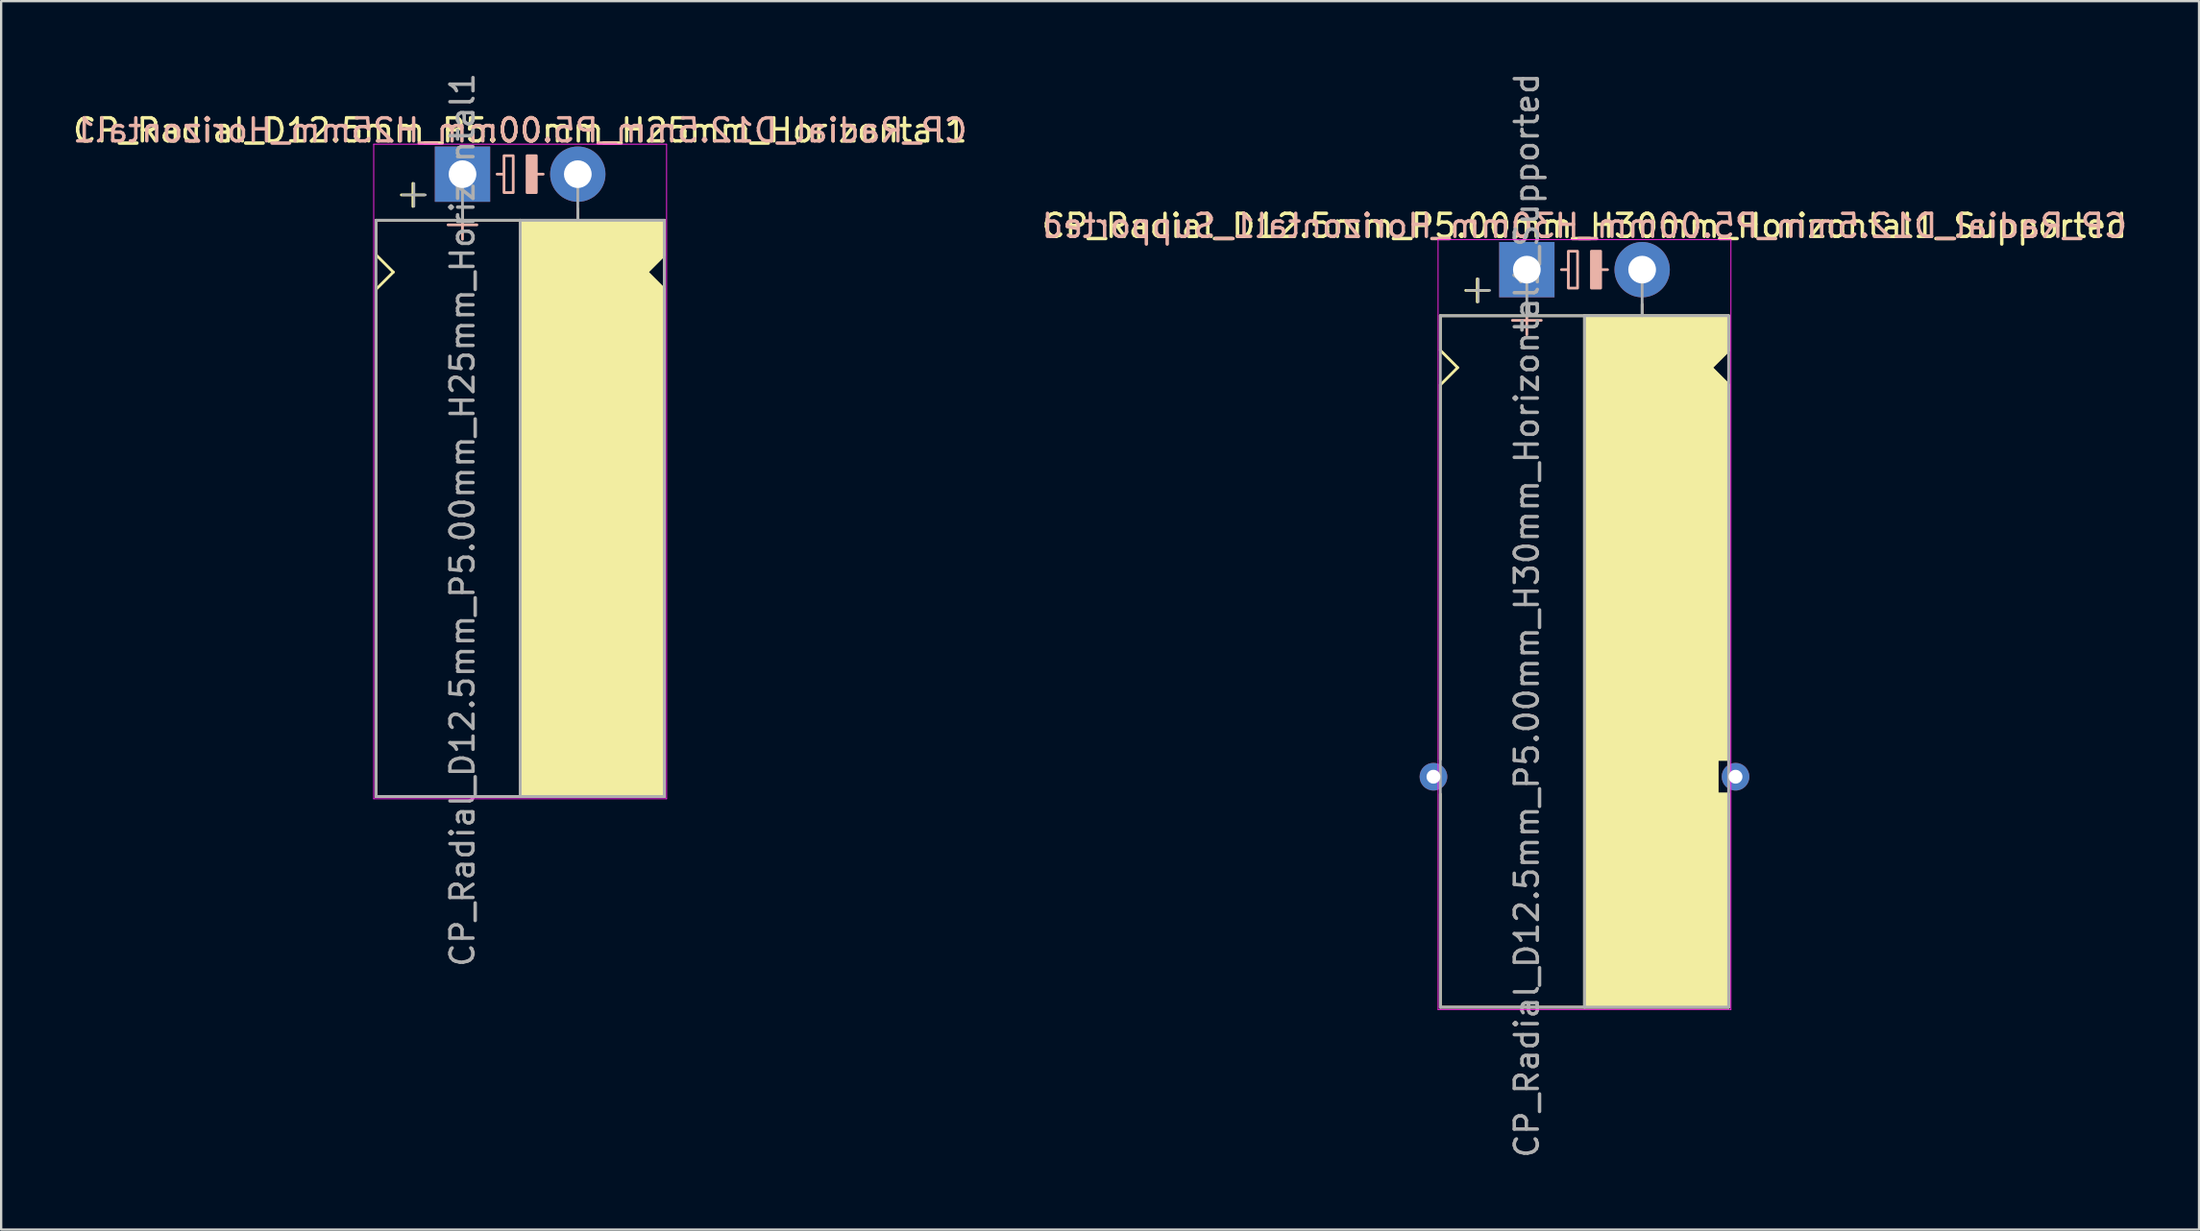
<source format=kicad_pcb>
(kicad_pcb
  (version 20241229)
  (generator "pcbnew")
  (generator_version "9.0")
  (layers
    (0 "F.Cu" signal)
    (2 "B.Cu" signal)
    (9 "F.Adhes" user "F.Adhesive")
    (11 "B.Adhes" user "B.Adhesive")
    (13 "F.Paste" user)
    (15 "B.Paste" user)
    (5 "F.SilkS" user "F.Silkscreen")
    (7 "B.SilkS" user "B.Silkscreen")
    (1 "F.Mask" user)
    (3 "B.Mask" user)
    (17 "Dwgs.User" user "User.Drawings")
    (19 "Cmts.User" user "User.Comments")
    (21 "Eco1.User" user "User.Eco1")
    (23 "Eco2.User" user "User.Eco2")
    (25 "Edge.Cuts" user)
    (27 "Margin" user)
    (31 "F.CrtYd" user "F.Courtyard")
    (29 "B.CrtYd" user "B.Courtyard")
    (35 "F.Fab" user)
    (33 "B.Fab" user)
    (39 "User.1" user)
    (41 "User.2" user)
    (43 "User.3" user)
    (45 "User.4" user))
  (footprint "CP_Radial_D12.5mm_P5.00mm_H25mm_Horizontal1"
    (layer "F.Cu")
    (at 17.006 4.506)
    (property "Reference" "CP_Radial_D12.5mm_P5.00mm_H25mm_Horizontal1" (at 2.5 -1.9 180) (layer "F.SilkS") (effects (font (size 1 1) (thickness 0.15))))
    (fp_line (start -3.75 2) (end -3.75 3.5) (stroke (width 0.12) (type solid)) (layer "F.SilkS"))
    (fp_line (start -3.75 3.5) (end -3 4.25) (stroke (width 0.12) (type solid)) (layer "F.SilkS"))
    (fp_line (start -3.75 5) (end -3.75 27) (stroke (width 0.12) (type solid)) (layer "F.SilkS"))
    (fp_line (start -3 4.25) (end -3.75 5) (stroke (width 0.12) (type solid)) (layer "F.SilkS"))
    (fp_line (start -2.15 0.4) (end -2.15 1.4) (stroke (width 0.12) (type solid)) (layer "F.SilkS"))
    (fp_line (start -1.65 0.9) (end -2.65 0.9) (stroke (width 0.12) (type solid)) (layer "F.SilkS"))
    (fp_line (start 0 1.5) (end 0 2) (stroke (width 0.12) (type solid)) (layer "F.SilkS"))
    (fp_line (start 2.5 2) (end -3.75 2) (stroke (width 0.12) (type solid)) (layer "F.SilkS"))
    (fp_line (start 2.5 2) (end 2.5 27) (stroke (width 0.12) (type solid)) (layer "F.SilkS"))
    (fp_line (start 2.5 2) (end 8.75 2) (stroke (width 0.12) (type solid)) (layer "F.SilkS"))
    (fp_line (start 5 1.5) (end 5 2) (stroke (width 0.12) (type solid)) (layer "F.SilkS"))
    (fp_line (start 8 4.25) (end 8.75 5) (stroke (width 0.12) (type solid)) (layer "F.SilkS"))
    (fp_line (start 8.75 2) (end 8.75 3.5) (stroke (width 0.12) (type solid)) (layer "F.SilkS"))
    (fp_line (start 8.75 3.5) (end 8 4.25) (stroke (width 0.12) (type solid)) (layer "F.SilkS"))
    (fp_line (start 8.75 5) (end 8.75 27) (stroke (width 0.12) (type solid)) (layer "F.SilkS"))
    (fp_line (start 8.75 27) (end -3.75 27) (stroke (width 0.12) (type solid)) (layer "F.SilkS"))
    (fp_poly (pts (xy 8.75 3.5) (xy 8 4.25) (xy 8.75 5) (xy 8.75 27) (xy 2.5 27) (xy 2.5 2) (xy 8.75 2)) (stroke (width 0.1) (type solid)) (fill yes) (layer "F.SilkS"))
    (fp_line (start 0 1.575) (end 0 2.825) (stroke (width 0.12) (type solid)) (layer "B.SilkS"))
    (fp_line (start 0.625 2.2) (end -0.625 2.2) (stroke (width 0.12) (type solid)) (layer "B.SilkS"))
    (fp_line (start 1.8 0) (end 1.5 0) (stroke (width 0.12) (type solid)) (layer "B.SilkS"))
    (fp_line (start 3.5 0) (end 3.2 0) (stroke (width 0.12) (type solid)) (layer "B.SilkS"))
    (fp_rect (start 2.2 -0.8) (end 1.8 0.8) (stroke (width 0.12) (type solid)) (fill no) (layer "B.SilkS"))
    (fp_rect (start 3.2 -0.8) (end 2.8 0.8) (stroke (width 0.12) (type solid)) (fill yes) (layer "B.SilkS"))
    (fp_line (start -3.85 -1.3) (end 8.85 -1.3) (stroke (width 0.04) (type solid)) (layer "F.CrtYd"))
    (fp_line (start -3.85 27.1) (end -3.85 -1.3) (stroke (width 0.04) (type solid)) (layer "F.CrtYd"))
    (fp_line (start 8.85 -1.3) (end 8.85 27.1) (stroke (width 0.04) (type solid)) (layer "F.CrtYd"))
    (fp_line (start 8.85 27.1) (end -3.85 27.1) (stroke (width 0.04) (type solid)) (layer "F.CrtYd"))
    (fp_line (start -3.75 2) (end -3.75 27) (stroke (width 0.12) (type solid)) (layer "F.Fab"))
    (fp_line (start -3.75 27) (end 8.75 27) (stroke (width 0.12) (type solid)) (layer "F.Fab"))
    (fp_line (start -2.6 0.9) (end -1.6 0.9) (stroke (width 0.1) (type solid)) (layer "F.Fab"))
    (fp_line (start -2.1 1.4) (end -2.1 0.4) (stroke (width 0.1) (type solid)) (layer "F.Fab"))
    (fp_line (start 0 0) (end 0 2) (stroke (width 0.12) (type solid)) (layer "F.Fab"))
    (fp_line (start 0 2) (end -3.75 2) (stroke (width 0.12) (type solid)) (layer "F.Fab"))
    (fp_line (start 2.5 2) (end 2.5 27) (stroke (width 0.12) (type solid)) (layer "F.Fab"))
    (fp_line (start 5 2) (end 5 0) (stroke (width 0.12) (type solid)) (layer "F.Fab"))
    (fp_line (start 8.75 2) (end 0 2) (stroke (width 0.12) (type solid)) (layer "F.Fab"))
    (fp_line (start 8.75 27) (end 8.75 2) (stroke (width 0.12) (type solid)) (layer "F.Fab"))
    (fp_poly (pts (xy 8.75 27) (xy 2.5 27) (xy 2.5 2) (xy 8.75 2)) (stroke (width 0.1) (type solid)) (fill no) (layer "F.Fab"))
    (fp_text user "${REFERENCE}" (at 2.5 -1.9 0) (layer "B.SilkS") (effects (font (size 1 1) (thickness 0.15)) (justify mirror)))
    (fp_text user "${REFERENCE}" (at 0 15 90) (layer "F.Fab") (effects (font (size 1 1) (thickness 0.15))))
    (pad "1" thru_hole rect (at 0 0) (size 2.4 2.4) (drill 1.2) (layers "*.Cu" "*.Mask"))
    (pad "2" thru_hole circle (at 5 0) (size 2.4 2.4) (drill 1.2) (layers "*.Cu" "*.Mask")))
  (footprint "CP_Radial_D12.5mm_P5.00mm_H30mm_Horizontal1_Supported"
    (layer "F.Cu")
    (at 63.161 8.649)
    (property "Reference" "CP_Radial_D12.5mm_P5.00mm_H30mm_Horizontal1_Supported" (at 2.5 -1.9 180) (layer "F.SilkS") (effects (font (size 1 1) (thickness 0.15))))
    (fp_line (start -3.75 2) (end -3.75 3.5) (stroke (width 0.12) (type solid)) (layer "F.SilkS"))
    (fp_line (start -3.75 3.5) (end -3 4.25) (stroke (width 0.12) (type solid)) (layer "F.SilkS"))
    (fp_line (start -3.75 5) (end -3.75 21.25) (stroke (width 0.12) (type solid)) (layer "F.SilkS"))
    (fp_line (start -3.75 32) (end -3.75 22.75) (stroke (width 0.12) (type solid)) (layer "F.SilkS"))
    (fp_line (start -3 4.25) (end -3.75 5) (stroke (width 0.12) (type solid)) (layer "F.SilkS"))
    (fp_line (start -2.15 0.4) (end -2.15 1.4) (stroke (width 0.12) (type solid)) (layer "F.SilkS"))
    (fp_line (start -1.65 0.9) (end -2.65 0.9) (stroke (width 0.12) (type solid)) (layer "F.SilkS"))
    (fp_line (start 0 1.5) (end 0 2) (stroke (width 0.12) (type solid)) (layer "F.SilkS"))
    (fp_line (start 2.5 2) (end -3.75 2) (stroke (width 0.12) (type solid)) (layer "F.SilkS"))
    (fp_line (start 2.5 2) (end 2.5 32) (stroke (width 0.12) (type solid)) (layer "F.SilkS"))
    (fp_line (start 2.5 2) (end 8.75 2) (stroke (width 0.12) (type solid)) (layer "F.SilkS"))
    (fp_line (start 5 1.5) (end 5 2) (stroke (width 0.12) (type solid)) (layer "F.SilkS"))
    (fp_line (start 8 4.25) (end 8.75 5) (stroke (width 0.12) (type solid)) (layer "F.SilkS"))
    (fp_line (start 8.25 21.25) (end 8.75 21.25) (stroke (width 0.12) (type solid)) (layer "F.SilkS"))
    (fp_line (start 8.25 22.75) (end 8.25 21.25) (stroke (width 0.12) (type solid)) (layer "F.SilkS"))
    (fp_line (start 8.75 2) (end 8.75 3.5) (stroke (width 0.12) (type solid)) (layer "F.SilkS"))
    (fp_line (start 8.75 3.5) (end 8 4.25) (stroke (width 0.12) (type solid)) (layer "F.SilkS"))
    (fp_line (start 8.75 5) (end 8.75 21.25) (stroke (width 0.12) (type solid)) (layer "F.SilkS"))
    (fp_line (start 8.75 22.75) (end 8.25 22.75) (stroke (width 0.12) (type solid)) (layer "F.SilkS"))
    (fp_line (start 8.75 32) (end -3.75 32) (stroke (width 0.12) (type solid)) (layer "F.SilkS"))
    (fp_line (start 8.75 32) (end 8.75 22.75) (stroke (width 0.12) (type solid)) (layer "F.SilkS"))
    (fp_poly (pts (xy 8.75 3.5) (xy 8 4.25) (xy 8.75 5) (xy 8.75 21.25) (xy 8.25 21.25) (xy 8.25 22.75) (xy 8.75 22.75) (xy 8.75 32) (xy 2.5 32) (xy 2.5 2) (xy 8.75 2)) (stroke (width 0.1) (type solid)) (fill yes) (layer "F.SilkS"))
    (fp_line (start 0 1.575) (end 0 2.825) (stroke (width 0.12) (type solid)) (layer "B.SilkS"))
    (fp_line (start 0.625 2.2) (end -0.625 2.2) (stroke (width 0.12) (type solid)) (layer "B.SilkS"))
    (fp_line (start 1.8 0) (end 1.5 0) (stroke (width 0.12) (type solid)) (layer "B.SilkS"))
    (fp_line (start 3.5 0) (end 3.2 0) (stroke (width 0.12) (type solid)) (layer "B.SilkS"))
    (fp_rect (start 2.2 -0.8) (end 1.8 0.8) (stroke (width 0.12) (type solid)) (fill no) (layer "B.SilkS"))
    (fp_rect (start 3.2 -0.8) (end 2.8 0.8) (stroke (width 0.12) (type solid)) (fill yes) (layer "B.SilkS"))
    (fp_line (start -3.85 -1.3) (end 8.85 -1.3) (stroke (width 0.04) (type solid)) (layer "F.CrtYd"))
    (fp_line (start -3.85 32.1) (end -3.85 -1.3) (stroke (width 0.04) (type solid)) (layer "F.CrtYd"))
    (fp_line (start 8.85 -1.3) (end 8.85 32.1) (stroke (width 0.04) (type solid)) (layer "F.CrtYd"))
    (fp_line (start 8.85 32.1) (end -3.85 32.1) (stroke (width 0.04) (type solid)) (layer "F.CrtYd"))
    (fp_line (start -3.75 2) (end -3.75 32) (stroke (width 0.12) (type solid)) (layer "F.Fab"))
    (fp_line (start -3.75 32) (end 8.75 32) (stroke (width 0.12) (type solid)) (layer "F.Fab"))
    (fp_line (start -2.6 0.9) (end -1.6 0.9) (stroke (width 0.1) (type solid)) (layer "F.Fab"))
    (fp_line (start -2.1 1.4) (end -2.1 0.4) (stroke (width 0.1) (type solid)) (layer "F.Fab"))
    (fp_line (start 0 0) (end 0 2) (stroke (width 0.12) (type solid)) (layer "F.Fab"))
    (fp_line (start 0 2) (end -3.75 2) (stroke (width 0.12) (type solid)) (layer "F.Fab"))
    (fp_line (start 2.5 2) (end 2.5 32) (stroke (width 0.12) (type solid)) (layer "F.Fab"))
    (fp_line (start 5 2) (end 5 0) (stroke (width 0.12) (type solid)) (layer "F.Fab"))
    (fp_line (start 8.75 2) (end 0 2) (stroke (width 0.12) (type solid)) (layer "F.Fab"))
    (fp_line (start 8.75 32) (end 8.75 2) (stroke (width 0.12) (type solid)) (layer "F.Fab"))
    (fp_poly (pts (xy 8.75 32) (xy 2.5 32) (xy 2.5 2) (xy 8.75 2)) (stroke (width 0.1) (type solid)) (fill no) (layer "F.Fab"))
    (fp_text user "${REFERENCE}" (at 2.5 -1.9 0) (layer "B.SilkS") (effects (font (size 1 1) (thickness 0.15)) (justify mirror)))
    (fp_text user "${REFERENCE}" (at 0 15 90) (layer "F.Fab") (effects (font (size 1 1) (thickness 0.15))))
    (pad "1" thru_hole rect (at 0 0) (size 2.4 2.4) (drill 1.2) (layers "*.Cu" "*.Mask"))
    (pad "2" thru_hole circle (at 5 0) (size 2.4 2.4) (drill 1.2) (layers "*.Cu" "*.Mask"))
    (pad "~" thru_hole circle (at -4.05 22) (size 1.2 1.2) (drill 0.6) (layers "*.Cu" "*.Mask"))
    (pad "~" thru_hole circle (at 9.05 22) (size 1.2 1.2) (drill 0.6) (layers "*.Cu" "*.Mask")))
  (gr_rect
    (start -3 -3)
    (end 92.31 50.298)
    (stroke (width 0.1) (type default))
    (fill no)
    (layer "Edge.Cuts")))
</source>
